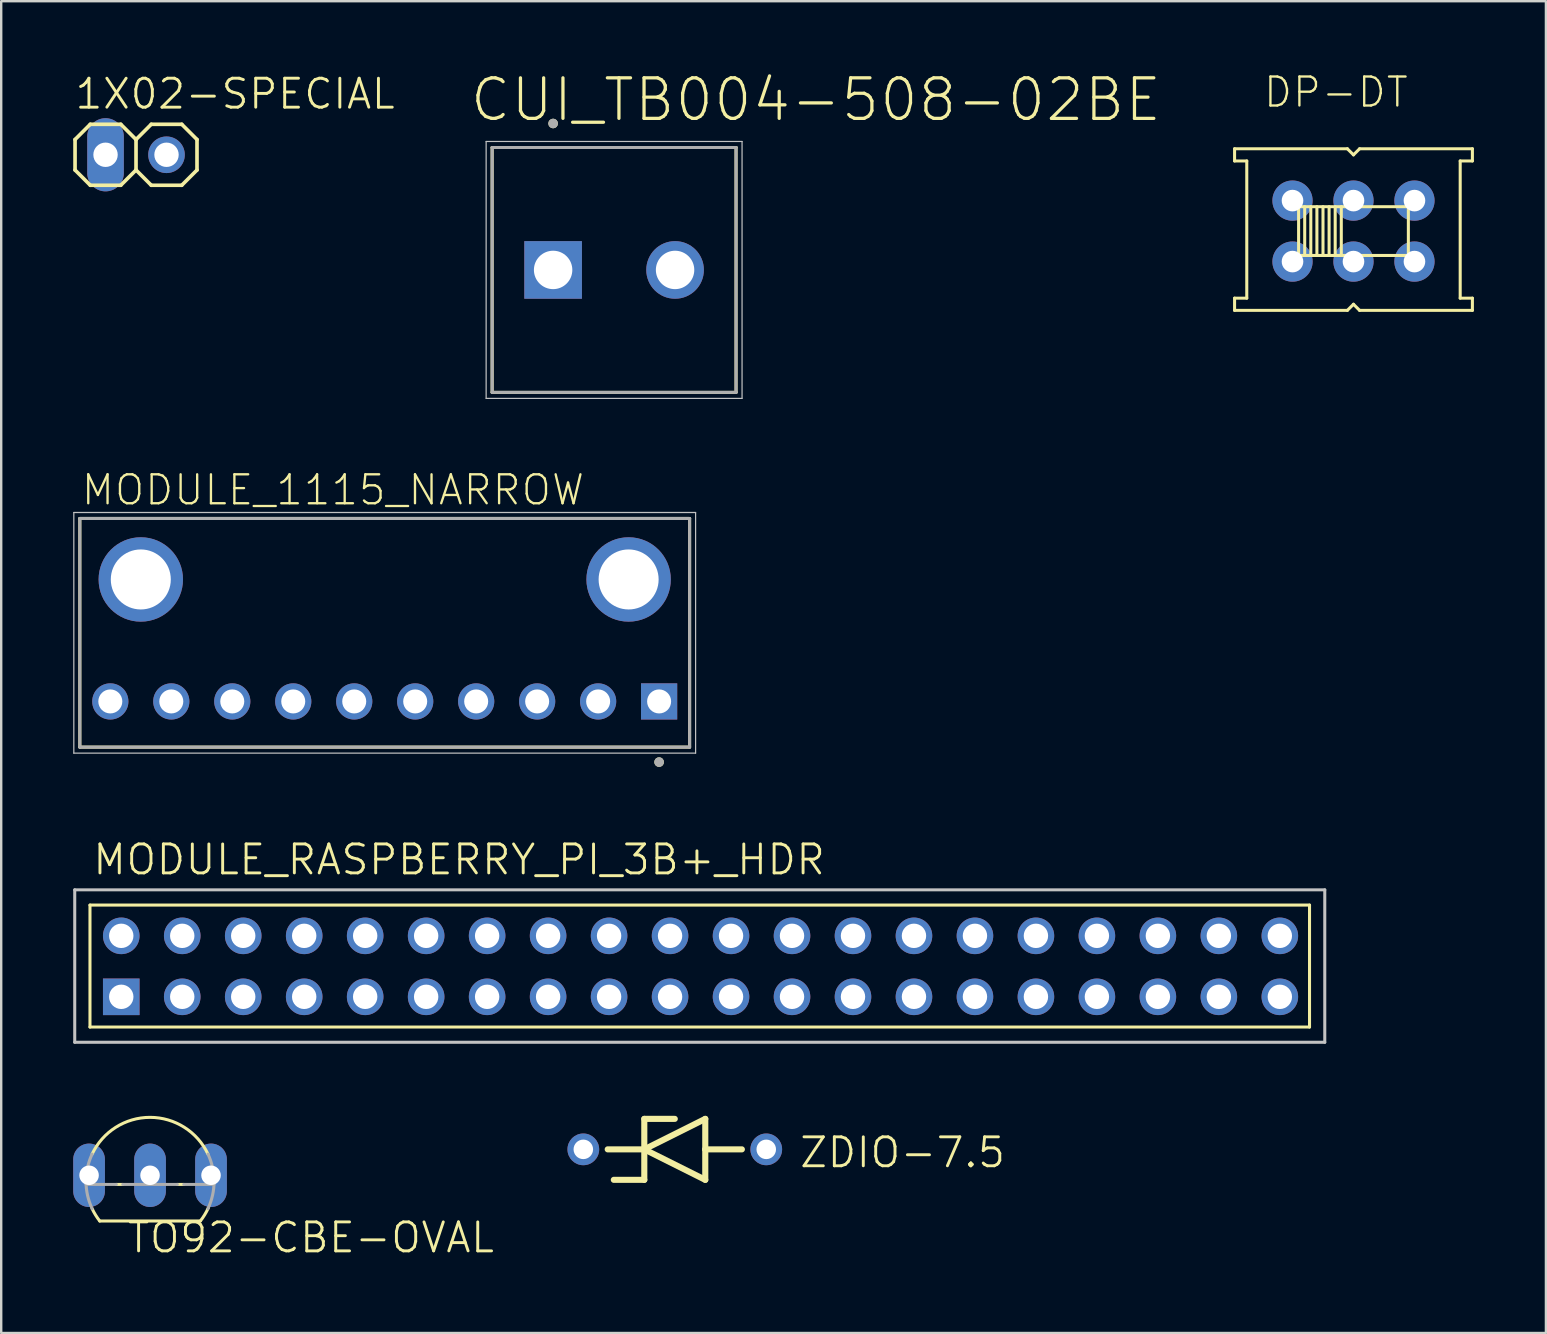
<source format=kicad_pcb>
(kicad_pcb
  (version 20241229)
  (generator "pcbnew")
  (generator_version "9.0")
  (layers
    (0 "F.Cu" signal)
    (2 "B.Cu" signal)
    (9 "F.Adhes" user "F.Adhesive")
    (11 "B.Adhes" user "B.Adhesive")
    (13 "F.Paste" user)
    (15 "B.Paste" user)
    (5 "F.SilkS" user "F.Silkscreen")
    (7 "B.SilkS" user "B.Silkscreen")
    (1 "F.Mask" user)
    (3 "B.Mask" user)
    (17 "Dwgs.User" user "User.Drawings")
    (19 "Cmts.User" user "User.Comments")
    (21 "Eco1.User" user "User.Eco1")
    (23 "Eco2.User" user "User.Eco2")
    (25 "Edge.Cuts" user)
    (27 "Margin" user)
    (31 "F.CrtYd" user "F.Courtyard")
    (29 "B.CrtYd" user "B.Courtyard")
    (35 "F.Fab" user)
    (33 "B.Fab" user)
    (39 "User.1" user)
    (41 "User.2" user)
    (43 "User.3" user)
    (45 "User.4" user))
  (footprint "TO92-CBE-OVAL"
    (layer "F.Cu")
    (at 3.2 44.636)
    (property "Reference" "TO92-CBE-OVAL" (at -1.016 4.572 180) (layer "F.SilkS") (effects (font (size 1.206 1.206) (thickness 0.121)) (justify left bottom)))
    (attr through_hole)
    (fp_line (start -2.095 3.175) (end 2.095 3.175) (stroke (width 0.127) (type solid)) (layer "F.SilkS"))
    (fp_line (start -1.136 1.651) (end -1.404 1.651) (stroke (width 0.127) (type solid)) (layer "F.SilkS"))
    (fp_line (start 1.404 1.651) (end 1.136 1.651) (stroke (width 0.127) (type solid)) (layer "F.SilkS"))
    (fp_arc (start -2.413 0.3881) (mid 0 -1.14299) (end 2.413 0.3881) (stroke (width 0.127) (type solid)) (layer "F.SilkS"))
    (fp_arc (start -2.095 3.175) (mid -2.268918 2.92652) (end -2.4135 2.6599) (stroke (width 0.127) (type solid)) (layer "F.SilkS"))
    (fp_arc (start 2.4247 2.6358) (mid 2.275878 2.915201) (end 2.095 3.175) (stroke (width 0.127) (type solid)) (layer "F.SilkS"))
    (fp_line (start -1.404 1.651) (end -2.664 1.651) (stroke (width 0.127) (type solid)) (layer "F.Fab"))
    (fp_line (start 1.136 1.651) (end -1.136 1.651) (stroke (width 0.127) (type solid)) (layer "F.Fab"))
    (fp_line (start 2.664 1.651) (end 1.404 1.651) (stroke (width 0.127) (type solid)) (layer "F.Fab"))
    (fp_arc (start -2.413 2.6599) (mid -2.66699 1.524) (end -2.413 0.3881) (stroke (width 0.127) (type solid)) (layer "F.Fab"))
    (fp_arc (start 2.413 0.3881) (mid 2.66699 1.524) (end 2.413 2.6599) (stroke (width 0.127) (type solid)) (layer "F.Fab"))
    (pad "B" thru_hole oval (at 0 1.27 90) (size 2.642 1.321) (drill 0.813) (layers "*.Cu" "*.Mask"))
    (pad "C" thru_hole oval (at -2.54 1.27 270) (size 2.642 1.321) (drill 0.813) (layers "*.Cu" "*.Mask"))
    (pad "E" thru_hole oval (at 2.54 1.27 270) (size 2.642 1.321) (drill 0.813) (layers "*.Cu" "*.Mask")))
  (footprint "ZDIO-7.5"
    (layer "F.Cu")
    (at 25.058 44.826)
    (property "Reference" "ZDIO-7.5" (at 5.131 0.838 180) (layer "F.SilkS") (effects (font (size 1.206 1.206) (thickness 0.121)) (justify left bottom)))
    (attr through_hole)
    (fp_line (start -2.794 0) (end -1.27 0) (stroke (width 0.254) (type solid)) (layer "F.SilkS"))
    (fp_line (start -1.27 -1.27) (end -1.27 0) (stroke (width 0.254) (type solid)) (layer "F.SilkS"))
    (fp_line (start -1.27 0) (end -1.27 1.27) (stroke (width 0.254) (type solid)) (layer "F.SilkS"))
    (fp_line (start -1.27 0) (end 1.27 -1.27) (stroke (width 0.254) (type solid)) (layer "F.SilkS"))
    (fp_line (start -1.27 1.27) (end -2.54 1.27) (stroke (width 0.254) (type solid)) (layer "F.SilkS"))
    (fp_line (start 0 -1.27) (end -1.27 -1.27) (stroke (width 0.254) (type solid)) (layer "F.SilkS"))
    (fp_line (start 1.27 -1.27) (end 1.27 0) (stroke (width 0.254) (type solid)) (layer "F.SilkS"))
    (fp_line (start 1.27 0) (end 1.27 1.27) (stroke (width 0.254) (type solid)) (layer "F.SilkS"))
    (fp_line (start 1.27 0) (end 2.794 0) (stroke (width 0.254) (type solid)) (layer "F.SilkS"))
    (fp_line (start 1.27 1.27) (end -1.27 0) (stroke (width 0.254) (type solid)) (layer "F.SilkS"))
    (pad "A" thru_hole circle (at 3.81 0) (size 1.321 1.321) (drill 0.813) (layers "*.Cu" "*.Mask"))
    (pad "C" thru_hole circle (at -3.81 0) (size 1.321 1.321) (drill 0.813) (layers "*.Cu" "*.Mask")))
  (footprint "DP-DT"
    (layer "F.Cu")
    (at 53.329 6.576)
    (property "Reference" "DP-DT" (at -3.81 -5.08 0) (layer "F.SilkS") (effects (font (size 1.206 1.206) (thickness 0.097)) (justify left bottom)))
    (attr through_hole)
    (fp_line (start -4.953 -3.429) (end -0.254 -3.429) (stroke (width 0.127) (type solid)) (layer "F.SilkS"))
    (fp_line (start -4.953 -2.921) (end -4.953 -3.429) (stroke (width 0.127) (type solid)) (layer "F.SilkS"))
    (fp_line (start -4.953 2.794) (end -4.445 2.794) (stroke (width 0.127) (type solid)) (layer "F.SilkS"))
    (fp_line (start -4.953 3.302) (end -4.953 2.794) (stroke (width 0.127) (type solid)) (layer "F.SilkS"))
    (fp_line (start -4.445 -2.921) (end -4.953 -2.921) (stroke (width 0.127) (type solid)) (layer "F.SilkS"))
    (fp_line (start -4.445 2.794) (end -4.445 -2.921) (stroke (width 0.127) (type solid)) (layer "F.SilkS"))
    (fp_line (start -2.286 -1.016) (end 2.286 -1.016) (stroke (width 0.127) (type solid)) (layer "F.SilkS"))
    (fp_line (start -2.286 1.016) (end -2.286 -1.016) (stroke (width 0.127) (type solid)) (layer "F.SilkS"))
    (fp_line (start -2.032 -1.016) (end -2.032 1.016) (stroke (width 0.127) (type solid)) (layer "F.SilkS"))
    (fp_line (start -1.778 1.016) (end -1.778 -1.016) (stroke (width 0.127) (type solid)) (layer "F.SilkS"))
    (fp_line (start -1.524 -1.016) (end -1.524 1.016) (stroke (width 0.127) (type solid)) (layer "F.SilkS"))
    (fp_line (start -1.27 1.016) (end -1.27 -1.016) (stroke (width 0.127) (type solid)) (layer "F.SilkS"))
    (fp_line (start -1.016 -1.016) (end -1.016 1.016) (stroke (width 0.127) (type solid)) (layer "F.SilkS"))
    (fp_line (start -0.762 1.016) (end -0.762 -1.016) (stroke (width 0.127) (type solid)) (layer "F.SilkS"))
    (fp_line (start -0.508 -1.016) (end -0.508 1.016) (stroke (width 0.127) (type solid)) (layer "F.SilkS"))
    (fp_line (start -0.254 -3.429) (end 0 -3.175) (stroke (width 0.127) (type solid)) (layer "F.SilkS"))
    (fp_line (start -0.254 3.302) (end -4.953 3.302) (stroke (width 0.127) (type solid)) (layer "F.SilkS"))
    (fp_line (start 0 -3.175) (end 0.254 -3.429) (stroke (width 0.127) (type solid)) (layer "F.SilkS"))
    (fp_line (start 0 3.048) (end -0.254 3.302) (stroke (width 0.127) (type solid)) (layer "F.SilkS"))
    (fp_line (start 0.254 -3.429) (end 4.953 -3.429) (stroke (width 0.127) (type solid)) (layer "F.SilkS"))
    (fp_line (start 0.254 3.302) (end 0 3.048) (stroke (width 0.127) (type solid)) (layer "F.SilkS"))
    (fp_line (start 2.286 -1.016) (end 2.286 1.016) (stroke (width 0.127) (type solid)) (layer "F.SilkS"))
    (fp_line (start 2.286 1.016) (end -2.286 1.016) (stroke (width 0.127) (type solid)) (layer "F.SilkS"))
    (fp_line (start 4.445 -2.921) (end 4.445 2.794) (stroke (width 0.127) (type solid)) (layer "F.SilkS"))
    (fp_line (start 4.445 2.794) (end 4.953 2.794) (stroke (width 0.127) (type solid)) (layer "F.SilkS"))
    (fp_line (start 4.953 -3.429) (end 4.953 -2.921) (stroke (width 0.127) (type solid)) (layer "F.SilkS"))
    (fp_line (start 4.953 -2.921) (end 4.445 -2.921) (stroke (width 0.127) (type solid)) (layer "F.SilkS"))
    (fp_line (start 4.953 2.794) (end 4.953 3.302) (stroke (width 0.127) (type solid)) (layer "F.SilkS"))
    (fp_line (start 4.953 3.302) (end 0.254 3.302) (stroke (width 0.127) (type solid)) (layer "F.SilkS"))
    (pad "C-1" thru_hole circle (at 0 1.27) (size 1.676 1.676) (drill 0.9) (layers "*.Cu" "*.Mask"))
    (pad "C-2" thru_hole circle (at 0 -1.27) (size 1.676 1.676) (drill 0.9) (layers "*.Cu" "*.Mask"))
    (pad "NC-1" thru_hole circle (at 2.54 1.27) (size 1.676 1.676) (drill 0.9) (layers "*.Cu" "*.Mask"))
    (pad "NC-2" thru_hole circle (at 2.54 -1.27) (size 1.676 1.676) (drill 0.9) (layers "*.Cu" "*.Mask"))
    (pad "NO-1" thru_hole circle (at -2.54 1.27) (size 1.676 1.676) (drill 0.9) (layers "*.Cu" "*.Mask"))
    (pad "NO-2" thru_hole circle (at -2.54 -1.27) (size 1.676 1.676) (drill 0.9) (layers "*.Cu" "*.Mask")))
  (footprint "CUI_TB004-508-02BE"
    (layer "F.Cu")
    (at 19.99 8.194)
    (property "Reference" "CUI_TB004-508-02BE" (at -3.54 -6.1 180) (layer "F.SilkS") (effects (font (size 1.689 1.689) (thickness 0.135)) (justify left bottom)))
    (attr through_hole)
    (fp_line (start -2.54 -5.1) (end 7.62 -5.1) (stroke (width 0.127) (type solid)) (layer "F.SilkS"))
    (fp_line (start -2.54 5.1) (end -2.54 -5.1) (stroke (width 0.127) (type solid)) (layer "F.SilkS"))
    (fp_line (start 7.62 -5.1) (end 7.62 5.1) (stroke (width 0.127) (type solid)) (layer "F.SilkS"))
    (fp_line (start 7.62 5.1) (end -2.54 5.1) (stroke (width 0.127) (type solid)) (layer "F.SilkS"))
    (fp_circle (center 0 -6.1) (end 0.1 -6.1) (stroke (width 0.2) (type solid)) (fill no) (layer "F.SilkS"))
    (fp_line (start -2.79 -5.35) (end 7.87 -5.35) (stroke (width 0.05) (type solid)) (layer "Dwgs.User"))
    (fp_line (start -2.79 5.35) (end -2.79 -5.35) (stroke (width 0.05) (type solid)) (layer "Dwgs.User"))
    (fp_line (start 7.87 -5.35) (end 7.87 5.35) (stroke (width 0.05) (type solid)) (layer "Dwgs.User"))
    (fp_line (start 7.87 5.35) (end -2.79 5.35) (stroke (width 0.05) (type solid)) (layer "Dwgs.User"))
    (fp_line (start -2.54 -5.1) (end 7.62 -5.1) (stroke (width 0.127) (type solid)) (layer "F.Fab"))
    (fp_line (start -2.54 5.1) (end -2.54 -5.1) (stroke (width 0.127) (type solid)) (layer "F.Fab"))
    (fp_line (start 7.62 -5.1) (end 7.62 5.1) (stroke (width 0.127) (type solid)) (layer "F.Fab"))
    (fp_line (start 7.62 5.1) (end -2.54 5.1) (stroke (width 0.127) (type solid)) (layer "F.Fab"))
    (fp_circle (center 0 -6.1) (end 0.1 -6.1) (stroke (width 0.2) (type solid)) (fill no) (layer "F.Fab"))
    (pad "1" thru_hole rect (at 0 0) (size 2.4 2.4) (drill 1.6) (layers "*.Cu" "*.Mask"))
    (pad "2" thru_hole circle (at 5.08 0) (size 2.4 2.4) (drill 1.6) (layers "*.Cu" "*.Mask")))
  (footprint "MODULE_1115_NARROW"
    (layer "F.Cu")
    (at 12.975 19.5)
    (property "Reference" "MODULE_1115_NARROW" (at -12.7 -1.435 0) (layer "F.SilkS") (effects (font (size 1.206 1.206) (thickness 0.097)) (justify left bottom)))
    (attr through_hole)
    (fp_line (start -12.7 -0.953) (end 12.7 -0.953) (stroke (width 0.127) (type solid)) (layer "F.SilkS"))
    (fp_line (start -12.7 8.572) (end -12.7 -0.953) (stroke (width 0.127) (type solid)) (layer "F.SilkS"))
    (fp_line (start 12.7 -0.953) (end 12.7 8.572) (stroke (width 0.127) (type solid)) (layer "F.SilkS"))
    (fp_line (start 12.7 8.572) (end -12.7 8.572) (stroke (width 0.127) (type solid)) (layer "F.SilkS"))
    (fp_circle (center 11.43 9.195) (end 11.53 9.195) (stroke (width 0.2) (type solid)) (fill no) (layer "F.SilkS"))
    (fp_line (start -12.95 -1.202) (end 12.95 -1.202) (stroke (width 0.05) (type solid)) (layer "Dwgs.User"))
    (fp_line (start -12.95 8.822) (end -12.95 -1.202) (stroke (width 0.05) (type solid)) (layer "Dwgs.User"))
    (fp_line (start 12.95 -1.202) (end 12.95 8.822) (stroke (width 0.05) (type solid)) (layer "Dwgs.User"))
    (fp_line (start 12.95 8.822) (end -12.95 8.822) (stroke (width 0.05) (type solid)) (layer "Dwgs.User"))
    (fp_line (start -12.7 -0.953) (end 12.7 -0.953) (stroke (width 0.127) (type solid)) (layer "F.Fab"))
    (fp_line (start -12.7 8.572) (end -12.7 -0.953) (stroke (width 0.127) (type solid)) (layer "F.Fab"))
    (fp_line (start 12.7 -0.953) (end 12.7 8.572) (stroke (width 0.127) (type solid)) (layer "F.Fab"))
    (fp_line (start 12.7 8.572) (end -12.7 8.572) (stroke (width 0.127) (type solid)) (layer "F.Fab"))
    (fp_circle (center 11.43 9.195) (end 11.53 9.195) (stroke (width 0.2) (type solid)) (fill no) (layer "F.Fab"))
    (pad "1" thru_hole rect (at 11.43 6.668) (size 1.508 1.508) (drill 1) (layers "*.Cu" "*.Mask"))
    (pad "2" thru_hole circle (at 8.89 6.668) (size 1.508 1.508) (drill 1) (layers "*.Cu" "*.Mask"))
    (pad "3" thru_hole circle (at 6.35 6.668) (size 1.508 1.508) (drill 1) (layers "*.Cu" "*.Mask"))
    (pad "4" thru_hole circle (at 3.81 6.668) (size 1.508 1.508) (drill 1) (layers "*.Cu" "*.Mask"))
    (pad "5" thru_hole circle (at 1.27 6.668) (size 1.508 1.508) (drill 1) (layers "*.Cu" "*.Mask"))
    (pad "6" thru_hole circle (at -1.27 6.668) (size 1.508 1.508) (drill 1) (layers "*.Cu" "*.Mask"))
    (pad "7" thru_hole circle (at -3.81 6.668) (size 1.508 1.508) (drill 1) (layers "*.Cu" "*.Mask"))
    (pad "8" thru_hole circle (at -6.35 6.668) (size 1.508 1.508) (drill 1) (layers "*.Cu" "*.Mask"))
    (pad "9" thru_hole circle (at -8.89 6.668) (size 1.508 1.508) (drill 1) (layers "*.Cu" "*.Mask"))
    (pad "10" thru_hole circle (at -11.43 6.668) (size 1.508 1.508) (drill 1) (layers "*.Cu" "*.Mask"))
    (pad "P1" thru_hole circle (at -10.16 1.587) (size 3.516 3.516) (drill 2.5) (layers "*.Cu" "*.Mask"))
    (pad "P2" thru_hole circle (at 10.16 1.587) (size 3.516 3.516) (drill 2.5) (layers "*.Cu" "*.Mask")))
  (footprint "1X02-SPECIAL"
    (layer "F.Cu")
    (at 2.616 3.397)
    (property "Reference" "1X02-SPECIAL" (at -2.616 -1.829 0) (layer "F.SilkS") (effects (font (size 1.206 1.206) (thickness 0.121)) (justify left bottom)))
    (attr through_hole)
    (fp_line (start -2.54 -0.635) (end -2.54 0.635) (stroke (width 0.152) (type solid)) (layer "F.SilkS"))
    (fp_line (start -2.54 0.635) (end -1.905 1.27) (stroke (width 0.152) (type solid)) (layer "F.SilkS"))
    (fp_line (start -1.905 -1.27) (end -2.54 -0.635) (stroke (width 0.152) (type solid)) (layer "F.SilkS"))
    (fp_line (start -1.905 -1.27) (end -0.635 -1.27) (stroke (width 0.152) (type solid)) (layer "F.SilkS"))
    (fp_line (start -0.635 -1.27) (end 0 -0.635) (stroke (width 0.152) (type solid)) (layer "F.SilkS"))
    (fp_line (start -0.635 1.27) (end -1.905 1.27) (stroke (width 0.152) (type solid)) (layer "F.SilkS"))
    (fp_line (start 0 -0.635) (end 0 0.635) (stroke (width 0.152) (type solid)) (layer "F.SilkS"))
    (fp_line (start 0 -0.635) (end 0.635 -1.27) (stroke (width 0.152) (type solid)) (layer "F.SilkS"))
    (fp_line (start 0 0.635) (end -0.635 1.27) (stroke (width 0.152) (type solid)) (layer "F.SilkS"))
    (fp_line (start 0.635 -1.27) (end 1.905 -1.27) (stroke (width 0.152) (type solid)) (layer "F.SilkS"))
    (fp_line (start 0.635 1.27) (end 0 0.635) (stroke (width 0.152) (type solid)) (layer "F.SilkS"))
    (fp_line (start 1.905 -1.27) (end 2.54 -0.635) (stroke (width 0.152) (type solid)) (layer "F.SilkS"))
    (fp_line (start 1.905 1.27) (end 0.635 1.27) (stroke (width 0.152) (type solid)) (layer "F.SilkS"))
    (fp_line (start 2.54 -0.635) (end 2.54 0.635) (stroke (width 0.152) (type solid)) (layer "F.SilkS"))
    (fp_line (start 2.54 0.635) (end 1.905 1.27) (stroke (width 0.152) (type solid)) (layer "F.SilkS"))
    (fp_poly (pts (xy -1.524 0.254) (xy -1.016 0.254) (xy -1.016 -0.254) (xy -1.524 -0.254)) (stroke (width 0.1) (type solid)) (fill no) (layer "F.Fab"))
    (fp_poly (pts (xy 1.016 0.254) (xy 1.524 0.254) (xy 1.524 -0.254) (xy 1.016 -0.254)) (stroke (width 0.1) (type solid)) (fill no) (layer "F.Fab"))
    (pad "1" thru_hole oval (at -1.27 0 90) (size 3.048 1.524) (drill 1.016) (layers "*.Cu" "*.Mask"))
    (pad "2" thru_hole circle (at 1.27 0 90) (size 1.524 1.524) (drill 1.016) (layers "*.Cu" "*.Mask")))
  (footprint "MODULE_RASPBERRY_PI_3B+_HDR"
    (layer "F.Cu")
    (at 1.968 38.461)
    (property "Reference" "MODULE_RASPBERRY_PI_3B+_HDR" (at -1.221 -4.997 180) (layer "F.SilkS") (effects (font (size 1.206 1.206) (thickness 0.121)) (justify left bottom)))
    (attr through_hole)
    (fp_line (start -1.27 -3.81) (end 49.53 -3.81) (stroke (width 0.127) (type solid)) (layer "F.SilkS"))
    (fp_line (start -1.27 1.27) (end -1.27 -3.81) (stroke (width 0.127) (type solid)) (layer "F.SilkS"))
    (fp_line (start 49.53 -3.81) (end 49.53 1.27) (stroke (width 0.127) (type solid)) (layer "F.SilkS"))
    (fp_line (start 49.53 1.27) (end -1.27 1.27) (stroke (width 0.127) (type solid)) (layer "F.SilkS"))
    (fp_line (start -1.905 -4.445) (end 50.165 -4.445) (stroke (width 0.127) (type solid)) (layer "Dwgs.User"))
    (fp_line (start -1.905 1.905) (end -1.905 -4.445) (stroke (width 0.127) (type solid)) (layer "Dwgs.User"))
    (fp_line (start 50.165 -4.445) (end 50.165 1.905) (stroke (width 0.127) (type solid)) (layer "Dwgs.User"))
    (fp_line (start 50.165 1.905) (end -1.905 1.905) (stroke (width 0.127) (type solid)) (layer "Dwgs.User"))
    (pad "1" thru_hole rect (at 0.033 0.011) (size 1.524 1.524) (drill 1.016) (layers "*.Cu" "*.Mask"))
    (pad "2" thru_hole circle (at 0.033 -2.529) (size 1.524 1.524) (drill 1.016) (layers "*.Cu" "*.Mask"))
    (pad "3" thru_hole circle (at 2.573 0.011) (size 1.524 1.524) (drill 1.016) (layers "*.Cu" "*.Mask"))
    (pad "4" thru_hole circle (at 2.573 -2.529) (size 1.524 1.524) (drill 1.016) (layers "*.Cu" "*.Mask"))
    (pad "5" thru_hole circle (at 5.113 0.011) (size 1.524 1.524) (drill 1.016) (layers "*.Cu" "*.Mask"))
    (pad "6" thru_hole circle (at 5.113 -2.529) (size 1.524 1.524) (drill 1.016) (layers "*.Cu" "*.Mask"))
    (pad "7" thru_hole circle (at 7.653 0.011) (size 1.524 1.524) (drill 1.016) (layers "*.Cu" "*.Mask"))
    (pad "8" thru_hole circle (at 7.653 -2.529) (size 1.524 1.524) (drill 1.016) (layers "*.Cu" "*.Mask"))
    (pad "9" thru_hole circle (at 10.193 0.011) (size 1.524 1.524) (drill 1.016) (layers "*.Cu" "*.Mask"))
    (pad "10" thru_hole circle (at 10.193 -2.529) (size 1.524 1.524) (drill 1.016) (layers "*.Cu" "*.Mask"))
    (pad "11" thru_hole circle (at 12.733 0.011) (size 1.524 1.524) (drill 1.016) (layers "*.Cu" "*.Mask"))
    (pad "12" thru_hole circle (at 12.733 -2.529) (size 1.524 1.524) (drill 1.016) (layers "*.Cu" "*.Mask"))
    (pad "13" thru_hole circle (at 15.273 0.011) (size 1.524 1.524) (drill 1.016) (layers "*.Cu" "*.Mask"))
    (pad "14" thru_hole circle (at 15.273 -2.529) (size 1.524 1.524) (drill 1.016) (layers "*.Cu" "*.Mask"))
    (pad "15" thru_hole circle (at 17.813 0.011) (size 1.524 1.524) (drill 1.016) (layers "*.Cu" "*.Mask"))
    (pad "16" thru_hole circle (at 17.813 -2.529) (size 1.524 1.524) (drill 1.016) (layers "*.Cu" "*.Mask"))
    (pad "17" thru_hole circle (at 20.353 0.011) (size 1.524 1.524) (drill 1.016) (layers "*.Cu" "*.Mask"))
    (pad "18" thru_hole circle (at 20.353 -2.529) (size 1.524 1.524) (drill 1.016) (layers "*.Cu" "*.Mask"))
    (pad "19" thru_hole circle (at 22.893 0.011) (size 1.524 1.524) (drill 1.016) (layers "*.Cu" "*.Mask"))
    (pad "20" thru_hole circle (at 22.893 -2.529) (size 1.524 1.524) (drill 1.016) (layers "*.Cu" "*.Mask"))
    (pad "21" thru_hole circle (at 25.433 0.011) (size 1.524 1.524) (drill 1.016) (layers "*.Cu" "*.Mask"))
    (pad "22" thru_hole circle (at 25.433 -2.529) (size 1.524 1.524) (drill 1.016) (layers "*.Cu" "*.Mask"))
    (pad "23" thru_hole circle (at 27.973 0.011) (size 1.524 1.524) (drill 1.016) (layers "*.Cu" "*.Mask"))
    (pad "24" thru_hole circle (at 27.973 -2.529) (size 1.524 1.524) (drill 1.016) (layers "*.Cu" "*.Mask"))
    (pad "25" thru_hole circle (at 30.513 0.011) (size 1.524 1.524) (drill 1.016) (layers "*.Cu" "*.Mask"))
    (pad "26" thru_hole circle (at 30.513 -2.529) (size 1.524 1.524) (drill 1.016) (layers "*.Cu" "*.Mask"))
    (pad "27" thru_hole circle (at 33.053 0.011) (size 1.524 1.524) (drill 1.016) (layers "*.Cu" "*.Mask"))
    (pad "28" thru_hole circle (at 33.053 -2.529) (size 1.524 1.524) (drill 1.016) (layers "*.Cu" "*.Mask"))
    (pad "29" thru_hole circle (at 35.593 0.011) (size 1.524 1.524) (drill 1.016) (layers "*.Cu" "*.Mask"))
    (pad "30" thru_hole circle (at 35.593 -2.529) (size 1.524 1.524) (drill 1.016) (layers "*.Cu" "*.Mask"))
    (pad "31" thru_hole circle (at 38.133 0.011) (size 1.524 1.524) (drill 1.016) (layers "*.Cu" "*.Mask"))
    (pad "32" thru_hole circle (at 38.133 -2.529) (size 1.524 1.524) (drill 1.016) (layers "*.Cu" "*.Mask"))
    (pad "33" thru_hole circle (at 40.673 0.011) (size 1.524 1.524) (drill 1.016) (layers "*.Cu" "*.Mask"))
    (pad "34" thru_hole circle (at 40.673 -2.529) (size 1.524 1.524) (drill 1.016) (layers "*.Cu" "*.Mask"))
    (pad "35" thru_hole circle (at 43.213 0.011) (size 1.524 1.524) (drill 1.016) (layers "*.Cu" "*.Mask"))
    (pad "36" thru_hole circle (at 43.213 -2.529) (size 1.524 1.524) (drill 1.016) (layers "*.Cu" "*.Mask"))
    (pad "37" thru_hole circle (at 45.753 0.011) (size 1.524 1.524) (drill 1.016) (layers "*.Cu" "*.Mask"))
    (pad "38" thru_hole circle (at 45.753 -2.529) (size 1.524 1.524) (drill 1.016) (layers "*.Cu" "*.Mask"))
    (pad "39" thru_hole circle (at 48.293 0.011) (size 1.524 1.524) (drill 1.016) (layers "*.Cu" "*.Mask"))
    (pad "40" thru_hole circle (at 48.293 -2.529) (size 1.524 1.524) (drill 1.016) (layers "*.Cu" "*.Mask")))
  (gr_rect
    (start -3 -3)
    (end 61.345 52.475)
    (stroke (width 0.1) (type default))
    (fill no)
    (layer "Edge.Cuts")))
</source>
